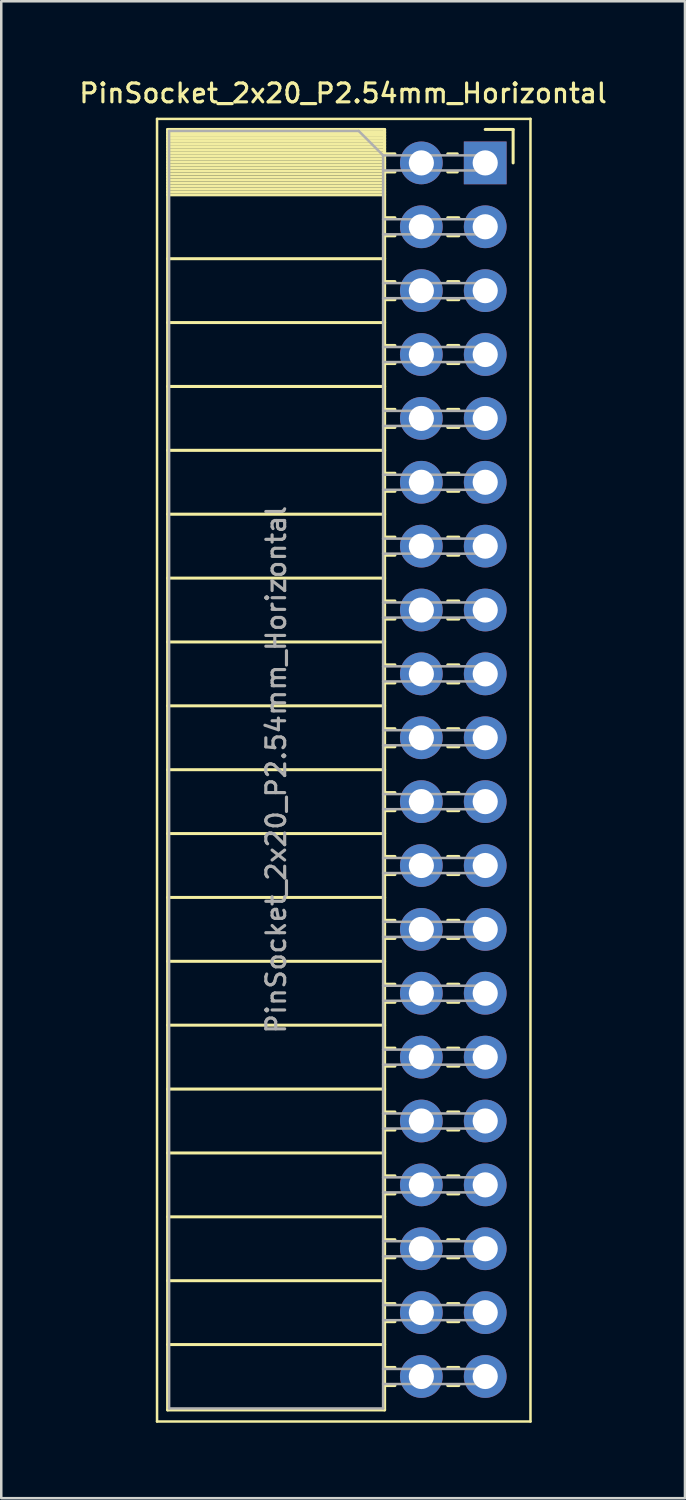
<source format=kicad_pcb>
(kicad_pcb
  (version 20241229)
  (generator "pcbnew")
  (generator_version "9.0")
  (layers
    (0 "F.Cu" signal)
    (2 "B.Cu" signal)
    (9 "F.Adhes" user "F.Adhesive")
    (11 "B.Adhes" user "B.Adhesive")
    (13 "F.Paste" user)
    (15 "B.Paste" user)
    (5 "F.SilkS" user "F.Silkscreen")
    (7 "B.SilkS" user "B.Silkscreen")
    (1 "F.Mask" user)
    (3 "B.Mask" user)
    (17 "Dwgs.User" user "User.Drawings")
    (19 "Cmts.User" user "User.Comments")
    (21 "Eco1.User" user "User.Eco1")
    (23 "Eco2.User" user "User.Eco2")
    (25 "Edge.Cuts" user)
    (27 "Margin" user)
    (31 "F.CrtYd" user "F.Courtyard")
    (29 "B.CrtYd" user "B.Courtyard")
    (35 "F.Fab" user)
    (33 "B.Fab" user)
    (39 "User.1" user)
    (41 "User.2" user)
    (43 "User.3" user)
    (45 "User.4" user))
  (footprint "PinSocket_2x20_P2.54mm_Horizontal"
    (layer "F.Cu")
    (at 16.245 3.428)
    (property "Reference" "PinSocket_2x20_P2.54mm_Horizontal" (at -5.65 -2.77 0) (layer "F.SilkS") (effects (font (size 0.75 0.75) (thickness 0.125))))
    (attr through_hole)
    (fp_line (start -13.05 -1.75) (end -13.05 50.05) (stroke (width 0.1) (type solid)) (layer "F.SilkS"))
    (fp_line (start -13.05 50.05) (end 1.8 50.05) (stroke (width 0.1) (type solid)) (layer "F.SilkS"))
    (fp_line (start -12.63 -1.33) (end -12.63 49.59) (stroke (width 0.12) (type solid)) (layer "F.SilkS"))
    (fp_line (start -12.63 -1.33) (end -4 -1.33) (stroke (width 0.12) (type solid)) (layer "F.SilkS"))
    (fp_line (start -12.63 -1.21) (end -4 -1.21) (stroke (width 0.12) (type solid)) (layer "F.SilkS"))
    (fp_line (start -12.63 -1.092) (end -4 -1.092) (stroke (width 0.12) (type solid)) (layer "F.SilkS"))
    (fp_line (start -12.63 -0.974) (end -4 -0.974) (stroke (width 0.12) (type solid)) (layer "F.SilkS"))
    (fp_line (start -12.63 -0.856) (end -4 -0.856) (stroke (width 0.12) (type solid)) (layer "F.SilkS"))
    (fp_line (start -12.63 -0.738) (end -4 -0.738) (stroke (width 0.12) (type solid)) (layer "F.SilkS"))
    (fp_line (start -12.63 -0.62) (end -4 -0.62) (stroke (width 0.12) (type solid)) (layer "F.SilkS"))
    (fp_line (start -12.63 -0.501) (end -4 -0.501) (stroke (width 0.12) (type solid)) (layer "F.SilkS"))
    (fp_line (start -12.63 -0.383) (end -4 -0.383) (stroke (width 0.12) (type solid)) (layer "F.SilkS"))
    (fp_line (start -12.63 -0.265) (end -4 -0.265) (stroke (width 0.12) (type solid)) (layer "F.SilkS"))
    (fp_line (start -12.63 -0.147) (end -4 -0.147) (stroke (width 0.12) (type solid)) (layer "F.SilkS"))
    (fp_line (start -12.63 -0.029) (end -4 -0.029) (stroke (width 0.12) (type solid)) (layer "F.SilkS"))
    (fp_line (start -12.63 0.089) (end -4 0.089) (stroke (width 0.12) (type solid)) (layer "F.SilkS"))
    (fp_line (start -12.63 0.207) (end -4 0.207) (stroke (width 0.12) (type solid)) (layer "F.SilkS"))
    (fp_line (start -12.63 0.325) (end -4 0.325) (stroke (width 0.12) (type solid)) (layer "F.SilkS"))
    (fp_line (start -12.63 0.443) (end -4 0.443) (stroke (width 0.12) (type solid)) (layer "F.SilkS"))
    (fp_line (start -12.63 0.561) (end -4 0.561) (stroke (width 0.12) (type solid)) (layer "F.SilkS"))
    (fp_line (start -12.63 0.68) (end -4 0.68) (stroke (width 0.12) (type solid)) (layer "F.SilkS"))
    (fp_line (start -12.63 0.798) (end -4 0.798) (stroke (width 0.12) (type solid)) (layer "F.SilkS"))
    (fp_line (start -12.63 0.916) (end -4 0.916) (stroke (width 0.12) (type solid)) (layer "F.SilkS"))
    (fp_line (start -12.63 1.034) (end -4 1.034) (stroke (width 0.12) (type solid)) (layer "F.SilkS"))
    (fp_line (start -12.63 1.152) (end -4 1.152) (stroke (width 0.12) (type solid)) (layer "F.SilkS"))
    (fp_line (start -12.63 1.27) (end -4 1.27) (stroke (width 0.12) (type solid)) (layer "F.SilkS"))
    (fp_line (start -12.63 3.81) (end -4 3.81) (stroke (width 0.12) (type solid)) (layer "F.SilkS"))
    (fp_line (start -12.63 6.35) (end -4 6.35) (stroke (width 0.12) (type solid)) (layer "F.SilkS"))
    (fp_line (start -12.63 8.89) (end -4 8.89) (stroke (width 0.12) (type solid)) (layer "F.SilkS"))
    (fp_line (start -12.63 11.43) (end -4 11.43) (stroke (width 0.12) (type solid)) (layer "F.SilkS"))
    (fp_line (start -12.63 13.97) (end -4 13.97) (stroke (width 0.12) (type solid)) (layer "F.SilkS"))
    (fp_line (start -12.63 16.51) (end -4 16.51) (stroke (width 0.12) (type solid)) (layer "F.SilkS"))
    (fp_line (start -12.63 19.05) (end -4 19.05) (stroke (width 0.12) (type solid)) (layer "F.SilkS"))
    (fp_line (start -12.63 21.59) (end -4 21.59) (stroke (width 0.12) (type solid)) (layer "F.SilkS"))
    (fp_line (start -12.63 24.13) (end -4 24.13) (stroke (width 0.12) (type solid)) (layer "F.SilkS"))
    (fp_line (start -12.63 26.67) (end -4 26.67) (stroke (width 0.12) (type solid)) (layer "F.SilkS"))
    (fp_line (start -12.63 29.21) (end -4 29.21) (stroke (width 0.12) (type solid)) (layer "F.SilkS"))
    (fp_line (start -12.63 31.75) (end -4 31.75) (stroke (width 0.12) (type solid)) (layer "F.SilkS"))
    (fp_line (start -12.63 34.29) (end -4 34.29) (stroke (width 0.12) (type solid)) (layer "F.SilkS"))
    (fp_line (start -12.63 36.83) (end -4 36.83) (stroke (width 0.12) (type solid)) (layer "F.SilkS"))
    (fp_line (start -12.63 39.37) (end -4 39.37) (stroke (width 0.12) (type solid)) (layer "F.SilkS"))
    (fp_line (start -12.63 41.91) (end -4 41.91) (stroke (width 0.12) (type solid)) (layer "F.SilkS"))
    (fp_line (start -12.63 44.45) (end -4 44.45) (stroke (width 0.12) (type solid)) (layer "F.SilkS"))
    (fp_line (start -12.63 46.99) (end -4 46.99) (stroke (width 0.12) (type solid)) (layer "F.SilkS"))
    (fp_line (start -12.63 49.59) (end -4 49.59) (stroke (width 0.12) (type solid)) (layer "F.SilkS"))
    (fp_line (start -4 -1.33) (end -4 49.59) (stroke (width 0.12) (type solid)) (layer "F.SilkS"))
    (fp_line (start -4 -0.36) (end -3.59 -0.36) (stroke (width 0.12) (type solid)) (layer "F.SilkS"))
    (fp_line (start -4 0.36) (end -3.59 0.36) (stroke (width 0.12) (type solid)) (layer "F.SilkS"))
    (fp_line (start -4 2.18) (end -3.59 2.18) (stroke (width 0.12) (type solid)) (layer "F.SilkS"))
    (fp_line (start -4 2.9) (end -3.59 2.9) (stroke (width 0.12) (type solid)) (layer "F.SilkS"))
    (fp_line (start -4 4.72) (end -3.59 4.72) (stroke (width 0.12) (type solid)) (layer "F.SilkS"))
    (fp_line (start -4 5.44) (end -3.59 5.44) (stroke (width 0.12) (type solid)) (layer "F.SilkS"))
    (fp_line (start -4 7.26) (end -3.59 7.26) (stroke (width 0.12) (type solid)) (layer "F.SilkS"))
    (fp_line (start -4 7.98) (end -3.59 7.98) (stroke (width 0.12) (type solid)) (layer "F.SilkS"))
    (fp_line (start -4 9.8) (end -3.59 9.8) (stroke (width 0.12) (type solid)) (layer "F.SilkS"))
    (fp_line (start -4 10.52) (end -3.59 10.52) (stroke (width 0.12) (type solid)) (layer "F.SilkS"))
    (fp_line (start -4 12.34) (end -3.59 12.34) (stroke (width 0.12) (type solid)) (layer "F.SilkS"))
    (fp_line (start -4 13.06) (end -3.59 13.06) (stroke (width 0.12) (type solid)) (layer "F.SilkS"))
    (fp_line (start -4 14.88) (end -3.59 14.88) (stroke (width 0.12) (type solid)) (layer "F.SilkS"))
    (fp_line (start -4 15.6) (end -3.59 15.6) (stroke (width 0.12) (type solid)) (layer "F.SilkS"))
    (fp_line (start -4 17.42) (end -3.59 17.42) (stroke (width 0.12) (type solid)) (layer "F.SilkS"))
    (fp_line (start -4 18.14) (end -3.59 18.14) (stroke (width 0.12) (type solid)) (layer "F.SilkS"))
    (fp_line (start -4 19.96) (end -3.59 19.96) (stroke (width 0.12) (type solid)) (layer "F.SilkS"))
    (fp_line (start -4 20.68) (end -3.59 20.68) (stroke (width 0.12) (type solid)) (layer "F.SilkS"))
    (fp_line (start -4 22.5) (end -3.59 22.5) (stroke (width 0.12) (type solid)) (layer "F.SilkS"))
    (fp_line (start -4 23.22) (end -3.59 23.22) (stroke (width 0.12) (type solid)) (layer "F.SilkS"))
    (fp_line (start -4 25.04) (end -3.59 25.04) (stroke (width 0.12) (type solid)) (layer "F.SilkS"))
    (fp_line (start -4 25.76) (end -3.59 25.76) (stroke (width 0.12) (type solid)) (layer "F.SilkS"))
    (fp_line (start -4 27.58) (end -3.59 27.58) (stroke (width 0.12) (type solid)) (layer "F.SilkS"))
    (fp_line (start -4 28.3) (end -3.59 28.3) (stroke (width 0.12) (type solid)) (layer "F.SilkS"))
    (fp_line (start -4 30.12) (end -3.59 30.12) (stroke (width 0.12) (type solid)) (layer "F.SilkS"))
    (fp_line (start -4 30.84) (end -3.59 30.84) (stroke (width 0.12) (type solid)) (layer "F.SilkS"))
    (fp_line (start -4 32.66) (end -3.59 32.66) (stroke (width 0.12) (type solid)) (layer "F.SilkS"))
    (fp_line (start -4 33.38) (end -3.59 33.38) (stroke (width 0.12) (type solid)) (layer "F.SilkS"))
    (fp_line (start -4 35.2) (end -3.59 35.2) (stroke (width 0.12) (type solid)) (layer "F.SilkS"))
    (fp_line (start -4 35.92) (end -3.59 35.92) (stroke (width 0.12) (type solid)) (layer "F.SilkS"))
    (fp_line (start -4 37.74) (end -3.59 37.74) (stroke (width 0.12) (type solid)) (layer "F.SilkS"))
    (fp_line (start -4 38.46) (end -3.59 38.46) (stroke (width 0.12) (type solid)) (layer "F.SilkS"))
    (fp_line (start -4 40.28) (end -3.59 40.28) (stroke (width 0.12) (type solid)) (layer "F.SilkS"))
    (fp_line (start -4 41) (end -3.59 41) (stroke (width 0.12) (type solid)) (layer "F.SilkS"))
    (fp_line (start -4 42.82) (end -3.59 42.82) (stroke (width 0.12) (type solid)) (layer "F.SilkS"))
    (fp_line (start -4 43.54) (end -3.59 43.54) (stroke (width 0.12) (type solid)) (layer "F.SilkS"))
    (fp_line (start -4 45.36) (end -3.59 45.36) (stroke (width 0.12) (type solid)) (layer "F.SilkS"))
    (fp_line (start -4 46.08) (end -3.59 46.08) (stroke (width 0.12) (type solid)) (layer "F.SilkS"))
    (fp_line (start -4 47.9) (end -3.59 47.9) (stroke (width 0.12) (type solid)) (layer "F.SilkS"))
    (fp_line (start -4 48.62) (end -3.59 48.62) (stroke (width 0.12) (type solid)) (layer "F.SilkS"))
    (fp_line (start -1.49 -0.36) (end -1.11 -0.36) (stroke (width 0.12) (type solid)) (layer "F.SilkS"))
    (fp_line (start -1.49 0.36) (end -1.11 0.36) (stroke (width 0.12) (type solid)) (layer "F.SilkS"))
    (fp_line (start -1.49 2.18) (end -1.05 2.18) (stroke (width 0.12) (type solid)) (layer "F.SilkS"))
    (fp_line (start -1.49 2.9) (end -1.05 2.9) (stroke (width 0.12) (type solid)) (layer "F.SilkS"))
    (fp_line (start -1.49 4.72) (end -1.05 4.72) (stroke (width 0.12) (type solid)) (layer "F.SilkS"))
    (fp_line (start -1.49 5.44) (end -1.05 5.44) (stroke (width 0.12) (type solid)) (layer "F.SilkS"))
    (fp_line (start -1.49 7.26) (end -1.05 7.26) (stroke (width 0.12) (type solid)) (layer "F.SilkS"))
    (fp_line (start -1.49 7.98) (end -1.05 7.98) (stroke (width 0.12) (type solid)) (layer "F.SilkS"))
    (fp_line (start -1.49 9.8) (end -1.05 9.8) (stroke (width 0.12) (type solid)) (layer "F.SilkS"))
    (fp_line (start -1.49 10.52) (end -1.05 10.52) (stroke (width 0.12) (type solid)) (layer "F.SilkS"))
    (fp_line (start -1.49 12.34) (end -1.05 12.34) (stroke (width 0.12) (type solid)) (layer "F.SilkS"))
    (fp_line (start -1.49 13.06) (end -1.05 13.06) (stroke (width 0.12) (type solid)) (layer "F.SilkS"))
    (fp_line (start -1.49 14.88) (end -1.05 14.88) (stroke (width 0.12) (type solid)) (layer "F.SilkS"))
    (fp_line (start -1.49 15.6) (end -1.05 15.6) (stroke (width 0.12) (type solid)) (layer "F.SilkS"))
    (fp_line (start -1.49 17.42) (end -1.05 17.42) (stroke (width 0.12) (type solid)) (layer "F.SilkS"))
    (fp_line (start -1.49 18.14) (end -1.05 18.14) (stroke (width 0.12) (type solid)) (layer "F.SilkS"))
    (fp_line (start -1.49 19.96) (end -1.05 19.96) (stroke (width 0.12) (type solid)) (layer "F.SilkS"))
    (fp_line (start -1.49 20.68) (end -1.05 20.68) (stroke (width 0.12) (type solid)) (layer "F.SilkS"))
    (fp_line (start -1.49 22.5) (end -1.05 22.5) (stroke (width 0.12) (type solid)) (layer "F.SilkS"))
    (fp_line (start -1.49 23.22) (end -1.05 23.22) (stroke (width 0.12) (type solid)) (layer "F.SilkS"))
    (fp_line (start -1.49 25.04) (end -1.05 25.04) (stroke (width 0.12) (type solid)) (layer "F.SilkS"))
    (fp_line (start -1.49 25.76) (end -1.05 25.76) (stroke (width 0.12) (type solid)) (layer "F.SilkS"))
    (fp_line (start -1.49 27.58) (end -1.05 27.58) (stroke (width 0.12) (type solid)) (layer "F.SilkS"))
    (fp_line (start -1.49 28.3) (end -1.05 28.3) (stroke (width 0.12) (type solid)) (layer "F.SilkS"))
    (fp_line (start -1.49 30.12) (end -1.05 30.12) (stroke (width 0.12) (type solid)) (layer "F.SilkS"))
    (fp_line (start -1.49 30.84) (end -1.05 30.84) (stroke (width 0.12) (type solid)) (layer "F.SilkS"))
    (fp_line (start -1.49 32.66) (end -1.05 32.66) (stroke (width 0.12) (type solid)) (layer "F.SilkS"))
    (fp_line (start -1.49 33.38) (end -1.05 33.38) (stroke (width 0.12) (type solid)) (layer "F.SilkS"))
    (fp_line (start -1.49 35.2) (end -1.05 35.2) (stroke (width 0.12) (type solid)) (layer "F.SilkS"))
    (fp_line (start -1.49 35.92) (end -1.05 35.92) (stroke (width 0.12) (type solid)) (layer "F.SilkS"))
    (fp_line (start -1.49 37.74) (end -1.05 37.74) (stroke (width 0.12) (type solid)) (layer "F.SilkS"))
    (fp_line (start -1.49 38.46) (end -1.05 38.46) (stroke (width 0.12) (type solid)) (layer "F.SilkS"))
    (fp_line (start -1.49 40.28) (end -1.05 40.28) (stroke (width 0.12) (type solid)) (layer "F.SilkS"))
    (fp_line (start -1.49 41) (end -1.05 41) (stroke (width 0.12) (type solid)) (layer "F.SilkS"))
    (fp_line (start -1.49 42.82) (end -1.05 42.82) (stroke (width 0.12) (type solid)) (layer "F.SilkS"))
    (fp_line (start -1.49 43.54) (end -1.05 43.54) (stroke (width 0.12) (type solid)) (layer "F.SilkS"))
    (fp_line (start -1.49 45.36) (end -1.05 45.36) (stroke (width 0.12) (type solid)) (layer "F.SilkS"))
    (fp_line (start -1.49 46.08) (end -1.05 46.08) (stroke (width 0.12) (type solid)) (layer "F.SilkS"))
    (fp_line (start -1.49 47.9) (end -1.05 47.9) (stroke (width 0.12) (type solid)) (layer "F.SilkS"))
    (fp_line (start -1.49 48.62) (end -1.05 48.62) (stroke (width 0.12) (type solid)) (layer "F.SilkS"))
    (fp_line (start 0 -1.33) (end 1.11 -1.33) (stroke (width 0.12) (type solid)) (layer "F.SilkS"))
    (fp_line (start 1.11 -1.33) (end 1.11 0) (stroke (width 0.12) (type solid)) (layer "F.SilkS"))
    (fp_line (start 1.8 -1.75) (end -13.05 -1.75) (stroke (width 0.1) (type solid)) (layer "F.SilkS"))
    (fp_line (start 1.8 50.05) (end 1.8 -1.75) (stroke (width 0.1) (type solid)) (layer "F.SilkS"))
    (fp_line (start -12.57 -1.27) (end -5.03 -1.27) (stroke (width 0.1) (type solid)) (layer "F.Fab"))
    (fp_line (start -12.57 49.53) (end -12.57 -1.27) (stroke (width 0.1) (type solid)) (layer "F.Fab"))
    (fp_line (start -5.03 -1.27) (end -4.06 -0.3) (stroke (width 0.1) (type solid)) (layer "F.Fab"))
    (fp_line (start -4.06 -0.3) (end -4.06 49.53) (stroke (width 0.1) (type solid)) (layer "F.Fab"))
    (fp_line (start -4.06 0.3) (end 0 0.3) (stroke (width 0.1) (type solid)) (layer "F.Fab"))
    (fp_line (start -4.06 2.84) (end 0 2.84) (stroke (width 0.1) (type solid)) (layer "F.Fab"))
    (fp_line (start -4.06 5.38) (end 0 5.38) (stroke (width 0.1) (type solid)) (layer "F.Fab"))
    (fp_line (start -4.06 7.92) (end 0 7.92) (stroke (width 0.1) (type solid)) (layer "F.Fab"))
    (fp_line (start -4.06 10.46) (end 0 10.46) (stroke (width 0.1) (type solid)) (layer "F.Fab"))
    (fp_line (start -4.06 13) (end 0 13) (stroke (width 0.1) (type solid)) (layer "F.Fab"))
    (fp_line (start -4.06 15.54) (end 0 15.54) (stroke (width 0.1) (type solid)) (layer "F.Fab"))
    (fp_line (start -4.06 18.08) (end 0 18.08) (stroke (width 0.1) (type solid)) (layer "F.Fab"))
    (fp_line (start -4.06 20.62) (end 0 20.62) (stroke (width 0.1) (type solid)) (layer "F.Fab"))
    (fp_line (start -4.06 23.16) (end 0 23.16) (stroke (width 0.1) (type solid)) (layer "F.Fab"))
    (fp_line (start -4.06 25.7) (end 0 25.7) (stroke (width 0.1) (type solid)) (layer "F.Fab"))
    (fp_line (start -4.06 28.24) (end 0 28.24) (stroke (width 0.1) (type solid)) (layer "F.Fab"))
    (fp_line (start -4.06 30.78) (end 0 30.78) (stroke (width 0.1) (type solid)) (layer "F.Fab"))
    (fp_line (start -4.06 33.32) (end 0 33.32) (stroke (width 0.1) (type solid)) (layer "F.Fab"))
    (fp_line (start -4.06 35.86) (end 0 35.86) (stroke (width 0.1) (type solid)) (layer "F.Fab"))
    (fp_line (start -4.06 38.4) (end 0 38.4) (stroke (width 0.1) (type solid)) (layer "F.Fab"))
    (fp_line (start -4.06 40.94) (end 0 40.94) (stroke (width 0.1) (type solid)) (layer "F.Fab"))
    (fp_line (start -4.06 43.48) (end 0 43.48) (stroke (width 0.1) (type solid)) (layer "F.Fab"))
    (fp_line (start -4.06 46.02) (end 0 46.02) (stroke (width 0.1) (type solid)) (layer "F.Fab"))
    (fp_line (start -4.06 48.56) (end 0 48.56) (stroke (width 0.1) (type solid)) (layer "F.Fab"))
    (fp_line (start -4.06 49.53) (end -12.57 49.53) (stroke (width 0.1) (type solid)) (layer "F.Fab"))
    (fp_line (start 0 -0.3) (end -4.06 -0.3) (stroke (width 0.1) (type solid)) (layer "F.Fab"))
    (fp_line (start 0 0.3) (end 0 -0.3) (stroke (width 0.1) (type solid)) (layer "F.Fab"))
    (fp_line (start 0 2.24) (end -4.06 2.24) (stroke (width 0.1) (type solid)) (layer "F.Fab"))
    (fp_line (start 0 2.84) (end 0 2.24) (stroke (width 0.1) (type solid)) (layer "F.Fab"))
    (fp_line (start 0 4.78) (end -4.06 4.78) (stroke (width 0.1) (type solid)) (layer "F.Fab"))
    (fp_line (start 0 5.38) (end 0 4.78) (stroke (width 0.1) (type solid)) (layer "F.Fab"))
    (fp_line (start 0 7.32) (end -4.06 7.32) (stroke (width 0.1) (type solid)) (layer "F.Fab"))
    (fp_line (start 0 7.92) (end 0 7.32) (stroke (width 0.1) (type solid)) (layer "F.Fab"))
    (fp_line (start 0 9.86) (end -4.06 9.86) (stroke (width 0.1) (type solid)) (layer "F.Fab"))
    (fp_line (start 0 10.46) (end 0 9.86) (stroke (width 0.1) (type solid)) (layer "F.Fab"))
    (fp_line (start 0 12.4) (end -4.06 12.4) (stroke (width 0.1) (type solid)) (layer "F.Fab"))
    (fp_line (start 0 13) (end 0 12.4) (stroke (width 0.1) (type solid)) (layer "F.Fab"))
    (fp_line (start 0 14.94) (end -4.06 14.94) (stroke (width 0.1) (type solid)) (layer "F.Fab"))
    (fp_line (start 0 15.54) (end 0 14.94) (stroke (width 0.1) (type solid)) (layer "F.Fab"))
    (fp_line (start 0 17.48) (end -4.06 17.48) (stroke (width 0.1) (type solid)) (layer "F.Fab"))
    (fp_line (start 0 18.08) (end 0 17.48) (stroke (width 0.1) (type solid)) (layer "F.Fab"))
    (fp_line (start 0 20.02) (end -4.06 20.02) (stroke (width 0.1) (type solid)) (layer "F.Fab"))
    (fp_line (start 0 20.62) (end 0 20.02) (stroke (width 0.1) (type solid)) (layer "F.Fab"))
    (fp_line (start 0 22.56) (end -4.06 22.56) (stroke (width 0.1) (type solid)) (layer "F.Fab"))
    (fp_line (start 0 23.16) (end 0 22.56) (stroke (width 0.1) (type solid)) (layer "F.Fab"))
    (fp_line (start 0 25.1) (end -4.06 25.1) (stroke (width 0.1) (type solid)) (layer "F.Fab"))
    (fp_line (start 0 25.7) (end 0 25.1) (stroke (width 0.1) (type solid)) (layer "F.Fab"))
    (fp_line (start 0 27.64) (end -4.06 27.64) (stroke (width 0.1) (type solid)) (layer "F.Fab"))
    (fp_line (start 0 28.24) (end 0 27.64) (stroke (width 0.1) (type solid)) (layer "F.Fab"))
    (fp_line (start 0 30.18) (end -4.06 30.18) (stroke (width 0.1) (type solid)) (layer "F.Fab"))
    (fp_line (start 0 30.78) (end 0 30.18) (stroke (width 0.1) (type solid)) (layer "F.Fab"))
    (fp_line (start 0 32.72) (end -4.06 32.72) (stroke (width 0.1) (type solid)) (layer "F.Fab"))
    (fp_line (start 0 33.32) (end 0 32.72) (stroke (width 0.1) (type solid)) (layer "F.Fab"))
    (fp_line (start 0 35.26) (end -4.06 35.26) (stroke (width 0.1) (type solid)) (layer "F.Fab"))
    (fp_line (start 0 35.86) (end 0 35.26) (stroke (width 0.1) (type solid)) (layer "F.Fab"))
    (fp_line (start 0 37.8) (end -4.06 37.8) (stroke (width 0.1) (type solid)) (layer "F.Fab"))
    (fp_line (start 0 38.4) (end 0 37.8) (stroke (width 0.1) (type solid)) (layer "F.Fab"))
    (fp_line (start 0 40.34) (end -4.06 40.34) (stroke (width 0.1) (type solid)) (layer "F.Fab"))
    (fp_line (start 0 40.94) (end 0 40.34) (stroke (width 0.1) (type solid)) (layer "F.Fab"))
    (fp_line (start 0 42.88) (end -4.06 42.88) (stroke (width 0.1) (type solid)) (layer "F.Fab"))
    (fp_line (start 0 43.48) (end 0 42.88) (stroke (width 0.1) (type solid)) (layer "F.Fab"))
    (fp_line (start 0 45.42) (end -4.06 45.42) (stroke (width 0.1) (type solid)) (layer "F.Fab"))
    (fp_line (start 0 46.02) (end 0 45.42) (stroke (width 0.1) (type solid)) (layer "F.Fab"))
    (fp_line (start 0 47.96) (end -4.06 47.96) (stroke (width 0.1) (type solid)) (layer "F.Fab"))
    (fp_line (start 0 48.56) (end 0 47.96) (stroke (width 0.1) (type solid)) (layer "F.Fab"))
    (fp_text user "${REFERENCE}" (at -8.315 24.13 90) (layer "F.Fab") (effects (font (size 0.75 0.75) (thickness 0.125))))
    (pad "1" thru_hole rect (at 0 0) (size 1.7 1.7) (drill 1) (layers "*.Cu" "*.Mask"))
    (pad "2" thru_hole oval (at -2.54 0) (size 1.7 1.7) (drill 1) (layers "*.Cu" "*.Mask"))
    (pad "3" thru_hole oval (at 0 2.54) (size 1.7 1.7) (drill 1) (layers "*.Cu" "*.Mask"))
    (pad "4" thru_hole oval (at -2.54 2.54) (size 1.7 1.7) (drill 1) (layers "*.Cu" "*.Mask"))
    (pad "5" thru_hole oval (at 0 5.08) (size 1.7 1.7) (drill 1) (layers "*.Cu" "*.Mask"))
    (pad "6" thru_hole oval (at -2.54 5.08) (size 1.7 1.7) (drill 1) (layers "*.Cu" "*.Mask"))
    (pad "7" thru_hole oval (at 0 7.62) (size 1.7 1.7) (drill 1) (layers "*.Cu" "*.Mask"))
    (pad "8" thru_hole oval (at -2.54 7.62) (size 1.7 1.7) (drill 1) (layers "*.Cu" "*.Mask"))
    (pad "9" thru_hole oval (at 0 10.16) (size 1.7 1.7) (drill 1) (layers "*.Cu" "*.Mask"))
    (pad "10" thru_hole oval (at -2.54 10.16) (size 1.7 1.7) (drill 1) (layers "*.Cu" "*.Mask"))
    (pad "11" thru_hole oval (at 0 12.7) (size 1.7 1.7) (drill 1) (layers "*.Cu" "*.Mask"))
    (pad "12" thru_hole oval (at -2.54 12.7) (size 1.7 1.7) (drill 1) (layers "*.Cu" "*.Mask"))
    (pad "13" thru_hole oval (at 0 15.24) (size 1.7 1.7) (drill 1) (layers "*.Cu" "*.Mask"))
    (pad "14" thru_hole oval (at -2.54 15.24) (size 1.7 1.7) (drill 1) (layers "*.Cu" "*.Mask"))
    (pad "15" thru_hole oval (at 0 17.78) (size 1.7 1.7) (drill 1) (layers "*.Cu" "*.Mask"))
    (pad "16" thru_hole oval (at -2.54 17.78) (size 1.7 1.7) (drill 1) (layers "*.Cu" "*.Mask"))
    (pad "17" thru_hole oval (at 0 20.32) (size 1.7 1.7) (drill 1) (layers "*.Cu" "*.Mask"))
    (pad "18" thru_hole oval (at -2.54 20.32) (size 1.7 1.7) (drill 1) (layers "*.Cu" "*.Mask"))
    (pad "19" thru_hole oval (at 0 22.86) (size 1.7 1.7) (drill 1) (layers "*.Cu" "*.Mask"))
    (pad "20" thru_hole oval (at -2.54 22.86) (size 1.7 1.7) (drill 1) (layers "*.Cu" "*.Mask"))
    (pad "21" thru_hole oval (at 0 25.4) (size 1.7 1.7) (drill 1) (layers "*.Cu" "*.Mask"))
    (pad "22" thru_hole oval (at -2.54 25.4) (size 1.7 1.7) (drill 1) (layers "*.Cu" "*.Mask"))
    (pad "23" thru_hole oval (at 0 27.94) (size 1.7 1.7) (drill 1) (layers "*.Cu" "*.Mask"))
    (pad "24" thru_hole oval (at -2.54 27.94) (size 1.7 1.7) (drill 1) (layers "*.Cu" "*.Mask"))
    (pad "25" thru_hole oval (at 0 30.48) (size 1.7 1.7) (drill 1) (layers "*.Cu" "*.Mask"))
    (pad "26" thru_hole oval (at -2.54 30.48) (size 1.7 1.7) (drill 1) (layers "*.Cu" "*.Mask"))
    (pad "27" thru_hole oval (at 0 33.02) (size 1.7 1.7) (drill 1) (layers "*.Cu" "*.Mask"))
    (pad "28" thru_hole oval (at -2.54 33.02) (size 1.7 1.7) (drill 1) (layers "*.Cu" "*.Mask"))
    (pad "29" thru_hole oval (at 0 35.56) (size 1.7 1.7) (drill 1) (layers "*.Cu" "*.Mask"))
    (pad "30" thru_hole oval (at -2.54 35.56) (size 1.7 1.7) (drill 1) (layers "*.Cu" "*.Mask"))
    (pad "31" thru_hole oval (at 0 38.1) (size 1.7 1.7) (drill 1) (layers "*.Cu" "*.Mask"))
    (pad "32" thru_hole oval (at -2.54 38.1) (size 1.7 1.7) (drill 1) (layers "*.Cu" "*.Mask"))
    (pad "33" thru_hole oval (at 0 40.64) (size 1.7 1.7) (drill 1) (layers "*.Cu" "*.Mask"))
    (pad "34" thru_hole oval (at -2.54 40.64) (size 1.7 1.7) (drill 1) (layers "*.Cu" "*.Mask"))
    (pad "35" thru_hole oval (at 0 43.18) (size 1.7 1.7) (drill 1) (layers "*.Cu" "*.Mask"))
    (pad "36" thru_hole oval (at -2.54 43.18) (size 1.7 1.7) (drill 1) (layers "*.Cu" "*.Mask"))
    (pad "37" thru_hole oval (at 0 45.72) (size 1.7 1.7) (drill 1) (layers "*.Cu" "*.Mask"))
    (pad "38" thru_hole oval (at -2.54 45.72) (size 1.7 1.7) (drill 1) (layers "*.Cu" "*.Mask"))
    (pad "39" thru_hole oval (at 0 48.26) (size 1.7 1.7) (drill 1) (layers "*.Cu" "*.Mask"))
    (pad "40" thru_hole oval (at -2.54 48.26) (size 1.7 1.7) (drill 1) (layers "*.Cu" "*.Mask")))
  (gr_rect
    (start -3 -3)
    (end 24.189 56.528)
    (stroke (width 0.1) (type default))
    (fill no)
    (layer "Edge.Cuts")))
</source>
